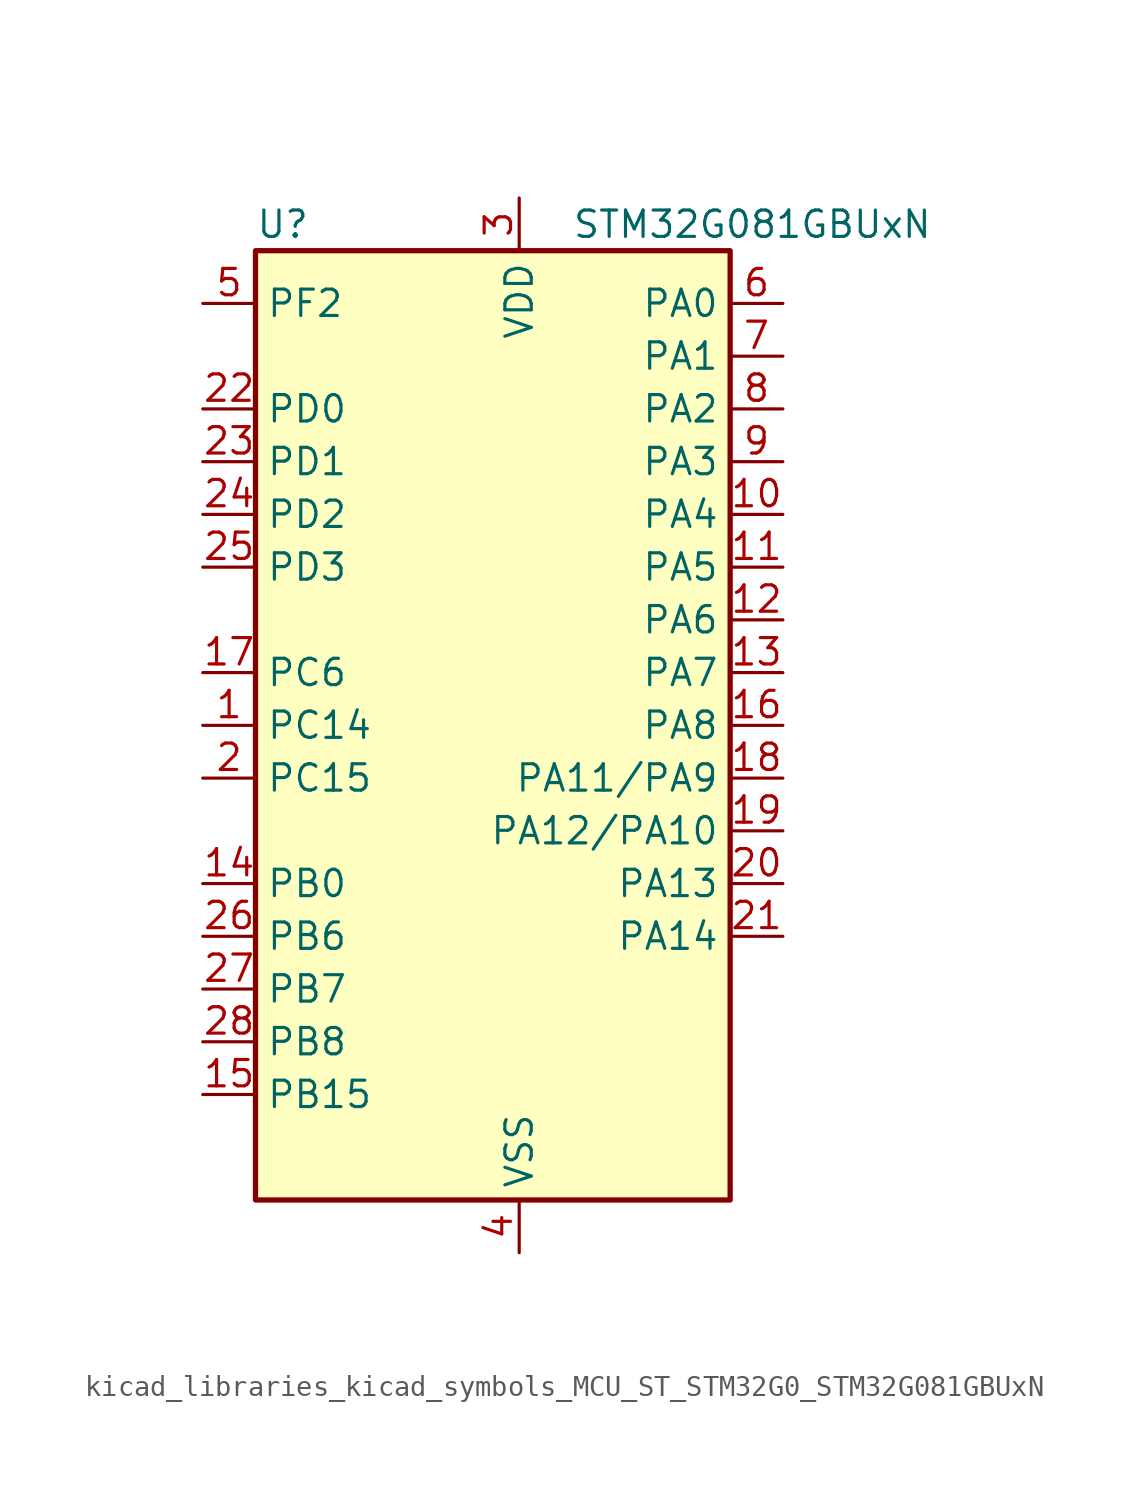
<source format=kicad_sym>
(kicad_symbol_lib
  (version 20220914)
  (generator kicad_symbol_editor)
  (symbol "kicad_libraries_kicad_symbols_MCU_ST_STM32G0_STM32G081GBUxN"
    (property "Reference" "U"
      (at -10.16 24.13 0)
      (effects (font (size 1.27 1.27)) (justify left)))
    (property "Value" "STM32G081GBUxN"
      (at 5.08 24.13 0)
      (effects (font (size 1.27 1.27)) (justify left)))
    (property "ki_locked" ""
      (at 0 0 0)
      (effects (font (size 1.27 1.27))))
    (symbol "kicad_libraries_kicad_symbols_MCU_ST_STM32G0_STM32G081GBUxN_0_1"
      (rectangle (start -10.16 -22.86) (end 12.7 22.86) (stroke (width 0.254) (type default)) (fill (type background))))
    (symbol "kicad_libraries_kicad_symbols_MCU_ST_STM32G0_STM32G081GBUxN_1_1"
      (pin bidirectional line (at -12.7 0 0) (length 2.54) (name "PC14" (effects (font (size 1.27 1.27)))) (number "1" (effects (font (size 1.27 1.27)))) (alternate "RCC_OSC32_IN" bidirectional line) (alternate "RCC_OSC_IN" bidirectional line) (alternate "TIM1_BK2" bidirectional line))
      (pin bidirectional line (at 15.24 10.16 180) (length 2.54) (name "PA4" (effects (font (size 1.27 1.27)))) (number "10" (effects (font (size 1.27 1.27)))) (alternate "ADC1_IN4" bidirectional line) (alternate "DAC1_OUT1" bidirectional line) (alternate "I2S1_WS" bidirectional line) (alternate "LPTIM2_OUT" bidirectional line) (alternate "RTC_OUT_ALARM" bidirectional line) (alternate "RTC_OUT_CALIB" bidirectional line) (alternate "RTC_TAMP_IN1" bidirectional line) (alternate "RTC_TS" bidirectional line) (alternate "SPI1_NSS" bidirectional line) (alternate "SPI2_MOSI" bidirectional line) (alternate "SYS_WKUP2" bidirectional line) (alternate "TIM14_CH1" bidirectional line) (alternate "UCPD2_FRSTX1" bidirectional line) (alternate "UCPD2_FRSTX2" bidirectional line))
      (pin bidirectional line (at 15.24 7.62 180) (length 2.54) (name "PA5" (effects (font (size 1.27 1.27)))) (number "11" (effects (font (size 1.27 1.27)))) (alternate "ADC1_IN5" bidirectional line) (alternate "CEC" bidirectional line) (alternate "DAC1_OUT2" bidirectional line) (alternate "I2S1_CK" bidirectional line) (alternate "LPTIM2_ETR" bidirectional line) (alternate "SPI1_SCK" bidirectional line) (alternate "TIM2_CH1" bidirectional line) (alternate "TIM2_ETR" bidirectional line) (alternate "UCPD1_FRSTX1" bidirectional line) (alternate "UCPD1_FRSTX2" bidirectional line) (alternate "USART3_TX" bidirectional line))
      (pin bidirectional line (at 15.24 5.08 180) (length 2.54) (name "PA6" (effects (font (size 1.27 1.27)))) (number "12" (effects (font (size 1.27 1.27)))) (alternate "ADC1_IN6" bidirectional line) (alternate "COMP1_OUT" bidirectional line) (alternate "I2S1_MCK" bidirectional line) (alternate "LPUART1_CTS" bidirectional line) (alternate "SPI1_MISO" bidirectional line) (alternate "TIM16_CH1" bidirectional line) (alternate "TIM1_BK" bidirectional line) (alternate "TIM3_CH1" bidirectional line) (alternate "USART3_CTS" bidirectional line) (alternate "USART3_NSS" bidirectional line))
      (pin bidirectional line (at 15.24 2.54 180) (length 2.54) (name "PA7" (effects (font (size 1.27 1.27)))) (number "13" (effects (font (size 1.27 1.27)))) (alternate "ADC1_IN7" bidirectional line) (alternate "COMP2_OUT" bidirectional line) (alternate "I2S1_SD" bidirectional line) (alternate "SPI1_MOSI" bidirectional line) (alternate "TIM14_CH1" bidirectional line) (alternate "TIM17_CH1" bidirectional line) (alternate "TIM1_CH1N" bidirectional line) (alternate "TIM3_CH2" bidirectional line) (alternate "UCPD1_FRSTX1" bidirectional line) (alternate "UCPD1_FRSTX2" bidirectional line))
      (pin bidirectional line (at -12.7 -7.62 0) (length 2.54) (name "PB0" (effects (font (size 1.27 1.27)))) (number "14" (effects (font (size 1.27 1.27)))) (alternate "ADC1_IN8" bidirectional line) (alternate "COMP1_OUT" bidirectional line) (alternate "I2S1_WS" bidirectional line) (alternate "LPTIM1_OUT" bidirectional line) (alternate "SPI1_NSS" bidirectional line) (alternate "TIM1_CH2N" bidirectional line) (alternate "TIM3_CH3" bidirectional line) (alternate "UCPD1_DBCC2" bidirectional line) (alternate "UCPD1_FRSTX1" bidirectional line) (alternate "UCPD1_FRSTX2" bidirectional line) (alternate "USART3_RX" bidirectional line))
      (pin bidirectional line (at -12.7 -17.78 0) (length 2.54) (name "PB15" (effects (font (size 1.27 1.27)))) (number "15" (effects (font (size 1.27 1.27)))) (alternate "RTC_REFIN" bidirectional line) (alternate "SPI2_MOSI" bidirectional line) (alternate "TIM15_CH1N" bidirectional line) (alternate "TIM15_CH2" bidirectional line) (alternate "TIM1_CH3N" bidirectional line) (alternate "UCPD1_CC2" bidirectional line))
      (pin bidirectional line (at 15.24 0 180) (length 2.54) (name "PA8" (effects (font (size 1.27 1.27)))) (number "16" (effects (font (size 1.27 1.27)))) (alternate "LPTIM2_OUT" bidirectional line) (alternate "RCC_MCO" bidirectional line) (alternate "SPI2_NSS" bidirectional line) (alternate "TIM1_CH1" bidirectional line) (alternate "UCPD1_CC1" bidirectional line))
      (pin bidirectional line (at -12.7 2.54 0) (length 2.54) (name "PC6" (effects (font (size 1.27 1.27)))) (number "17" (effects (font (size 1.27 1.27)))) (alternate "TIM2_CH3" bidirectional line) (alternate "TIM3_CH1" bidirectional line) (alternate "UCPD1_DBCC1" bidirectional line) (alternate "UCPD1_FRSTX1" bidirectional line) (alternate "UCPD1_FRSTX2" bidirectional line))
      (pin bidirectional line (at 15.24 -2.54 180) (length 2.54) (name "PA11/PA9" (effects (font (size 1.27 1.27)))) (number "18" (effects (font (size 1.27 1.27)))) (alternate "ADC1_EXTI11" bidirectional line) (alternate "COMP1_OUT" bidirectional line) (alternate "I2C2_SCL" bidirectional line) (alternate "I2S1_MCK" bidirectional line) (alternate "SPI1_MISO" bidirectional line) (alternate "TIM1_BK2" bidirectional line) (alternate "TIM1_CH4" bidirectional line) (alternate "USART1_CTS" bidirectional line) (alternate "USART1_NSS" bidirectional line))
      (pin bidirectional line (at 15.24 -5.08 180) (length 2.54) (name "PA12/PA10" (effects (font (size 1.27 1.27)))) (number "19" (effects (font (size 1.27 1.27)))) (alternate "COMP2_OUT" bidirectional line) (alternate "I2C2_SDA" bidirectional line) (alternate "I2S1_SD" bidirectional line) (alternate "I2S_CKIN" bidirectional line) (alternate "SPI1_MOSI" bidirectional line) (alternate "TIM1_ETR" bidirectional line) (alternate "USART1_CK" bidirectional line) (alternate "USART1_DE" bidirectional line) (alternate "USART1_RTS" bidirectional line))
      (pin bidirectional line (at -12.7 -2.54 0) (length 2.54) (name "PC15" (effects (font (size 1.27 1.27)))) (number "2" (effects (font (size 1.27 1.27)))) (alternate "RCC_OSC32_EN" bidirectional line) (alternate "RCC_OSC32_OUT" bidirectional line) (alternate "RCC_OSC_EN" bidirectional line) (alternate "TIM15_BK" bidirectional line))
      (pin bidirectional line (at 15.24 -7.62 180) (length 2.54) (name "PA13" (effects (font (size 1.27 1.27)))) (number "20" (effects (font (size 1.27 1.27)))) (alternate "IR_OUT" bidirectional line) (alternate "SYS_SWDIO" bidirectional line))
      (pin bidirectional line (at 15.24 -10.16 180) (length 2.54) (name "PA14" (effects (font (size 1.27 1.27)))) (number "21" (effects (font (size 1.27 1.27)))) (alternate "SYS_SWCLK" bidirectional line) (alternate "USART2_TX" bidirectional line))
      (pin bidirectional line (at -12.7 15.24 0) (length 2.54) (name "PD0" (effects (font (size 1.27 1.27)))) (number "22" (effects (font (size 1.27 1.27)))) (alternate "SPI2_NSS" bidirectional line) (alternate "TIM16_CH1" bidirectional line) (alternate "UCPD2_CC1" bidirectional line))
      (pin bidirectional line (at -12.7 12.7 0) (length 2.54) (name "PD1" (effects (font (size 1.27 1.27)))) (number "23" (effects (font (size 1.27 1.27)))) (alternate "SPI2_SCK" bidirectional line) (alternate "TIM17_CH1" bidirectional line) (alternate "UCPD2_DBCC1" bidirectional line))
      (pin bidirectional line (at -12.7 10.16 0) (length 2.54) (name "PD2" (effects (font (size 1.27 1.27)))) (number "24" (effects (font (size 1.27 1.27)))) (alternate "TIM1_CH1N" bidirectional line) (alternate "TIM3_ETR" bidirectional line) (alternate "UCPD2_CC2" bidirectional line) (alternate "USART3_CK" bidirectional line) (alternate "USART3_DE" bidirectional line) (alternate "USART3_RTS" bidirectional line))
      (pin bidirectional line (at -12.7 7.62 0) (length 2.54) (name "PD3" (effects (font (size 1.27 1.27)))) (number "25" (effects (font (size 1.27 1.27)))) (alternate "SPI2_MISO" bidirectional line) (alternate "TIM1_CH2N" bidirectional line) (alternate "UCPD2_DBCC2" bidirectional line) (alternate "USART2_CTS" bidirectional line) (alternate "USART2_NSS" bidirectional line))
      (pin bidirectional line (at -12.7 -10.16 0) (length 2.54) (name "PB6" (effects (font (size 1.27 1.27)))) (number "26" (effects (font (size 1.27 1.27)))) (alternate "COMP2_INP" bidirectional line) (alternate "I2C1_SCL" bidirectional line) (alternate "LPTIM1_ETR" bidirectional line) (alternate "SPI2_MISO" bidirectional line) (alternate "TIM16_CH1N" bidirectional line) (alternate "TIM1_CH3" bidirectional line) (alternate "USART1_TX" bidirectional line))
      (pin bidirectional line (at -12.7 -12.7 0) (length 2.54) (name "PB7" (effects (font (size 1.27 1.27)))) (number "27" (effects (font (size 1.27 1.27)))) (alternate "COMP2_INM" bidirectional line) (alternate "I2C1_SDA" bidirectional line) (alternate "LPTIM1_IN2" bidirectional line) (alternate "SPI2_MOSI" bidirectional line) (alternate "SYS_PVD_IN" bidirectional line) (alternate "TIM17_CH1N" bidirectional line) (alternate "USART1_RX" bidirectional line) (alternate "USART4_CTS" bidirectional line) (alternate "USART4_NSS" bidirectional line))
      (pin bidirectional line (at -12.7 -15.24 0) (length 2.54) (name "PB8" (effects (font (size 1.27 1.27)))) (number "28" (effects (font (size 1.27 1.27)))) (alternate "CEC" bidirectional line) (alternate "I2C1_SCL" bidirectional line) (alternate "SPI2_SCK" bidirectional line) (alternate "TIM15_BK" bidirectional line) (alternate "TIM16_CH1" bidirectional line) (alternate "USART3_TX" bidirectional line))
      (pin power_in line (at 2.54 25.4 270) (length 2.54) (name "VDD" (effects (font (size 1.27 1.27)))) (number "3" (effects (font (size 1.27 1.27)))))
      (pin power_in line (at 2.54 -25.4 90) (length 2.54) (name "VSS" (effects (font (size 1.27 1.27)))) (number "4" (effects (font (size 1.27 1.27)))))
      (pin bidirectional line (at -12.7 20.32 0) (length 2.54) (name "PF2" (effects (font (size 1.27 1.27)))) (number "5" (effects (font (size 1.27 1.27)))) (alternate "RCC_MCO" bidirectional line))
      (pin bidirectional line (at 15.24 20.32 180) (length 2.54) (name "PA0" (effects (font (size 1.27 1.27)))) (number "6" (effects (font (size 1.27 1.27)))) (alternate "ADC1_IN0" bidirectional line) (alternate "COMP1_INM" bidirectional line) (alternate "COMP1_OUT" bidirectional line) (alternate "LPTIM1_OUT" bidirectional line) (alternate "RTC_TAMP_IN2" bidirectional line) (alternate "SPI2_SCK" bidirectional line) (alternate "SYS_WKUP1" bidirectional line) (alternate "TIM2_CH1" bidirectional line) (alternate "TIM2_ETR" bidirectional line) (alternate "UCPD2_FRSTX1" bidirectional line) (alternate "UCPD2_FRSTX2" bidirectional line) (alternate "USART2_CTS" bidirectional line) (alternate "USART2_NSS" bidirectional line) (alternate "USART4_TX" bidirectional line))
      (pin bidirectional line (at 15.24 17.78 180) (length 2.54) (name "PA1" (effects (font (size 1.27 1.27)))) (number "7" (effects (font (size 1.27 1.27)))) (alternate "ADC1_IN1" bidirectional line) (alternate "COMP1_INP" bidirectional line) (alternate "I2C1_SMBA" bidirectional line) (alternate "I2S1_CK" bidirectional line) (alternate "SPI1_SCK" bidirectional line) (alternate "TIM15_CH1N" bidirectional line) (alternate "TIM2_CH2" bidirectional line) (alternate "USART2_CK" bidirectional line) (alternate "USART2_DE" bidirectional line) (alternate "USART2_RTS" bidirectional line) (alternate "USART4_RX" bidirectional line))
      (pin bidirectional line (at 15.24 15.24 180) (length 2.54) (name "PA2" (effects (font (size 1.27 1.27)))) (number "8" (effects (font (size 1.27 1.27)))) (alternate "ADC1_IN2" bidirectional line) (alternate "COMP2_INM" bidirectional line) (alternate "COMP2_OUT" bidirectional line) (alternate "I2S1_SD" bidirectional line) (alternate "LPUART1_TX" bidirectional line) (alternate "RCC_LSCO" bidirectional line) (alternate "SPI1_MOSI" bidirectional line) (alternate "SYS_WKUP4" bidirectional line) (alternate "TIM15_CH1" bidirectional line) (alternate "TIM2_CH3" bidirectional line) (alternate "UCPD1_FRSTX1" bidirectional line) (alternate "UCPD1_FRSTX2" bidirectional line) (alternate "USART2_TX" bidirectional line))
      (pin bidirectional line (at 15.24 12.7 180) (length 2.54) (name "PA3" (effects (font (size 1.27 1.27)))) (number "9" (effects (font (size 1.27 1.27)))) (alternate "ADC1_IN3" bidirectional line) (alternate "COMP2_INP" bidirectional line) (alternate "LPUART1_RX" bidirectional line) (alternate "SPI2_MISO" bidirectional line) (alternate "TIM15_CH2" bidirectional line) (alternate "TIM2_CH4" bidirectional line) (alternate "UCPD2_FRSTX1" bidirectional line) (alternate "UCPD2_FRSTX2" bidirectional line) (alternate "USART2_RX" bidirectional line)))))
</source>
